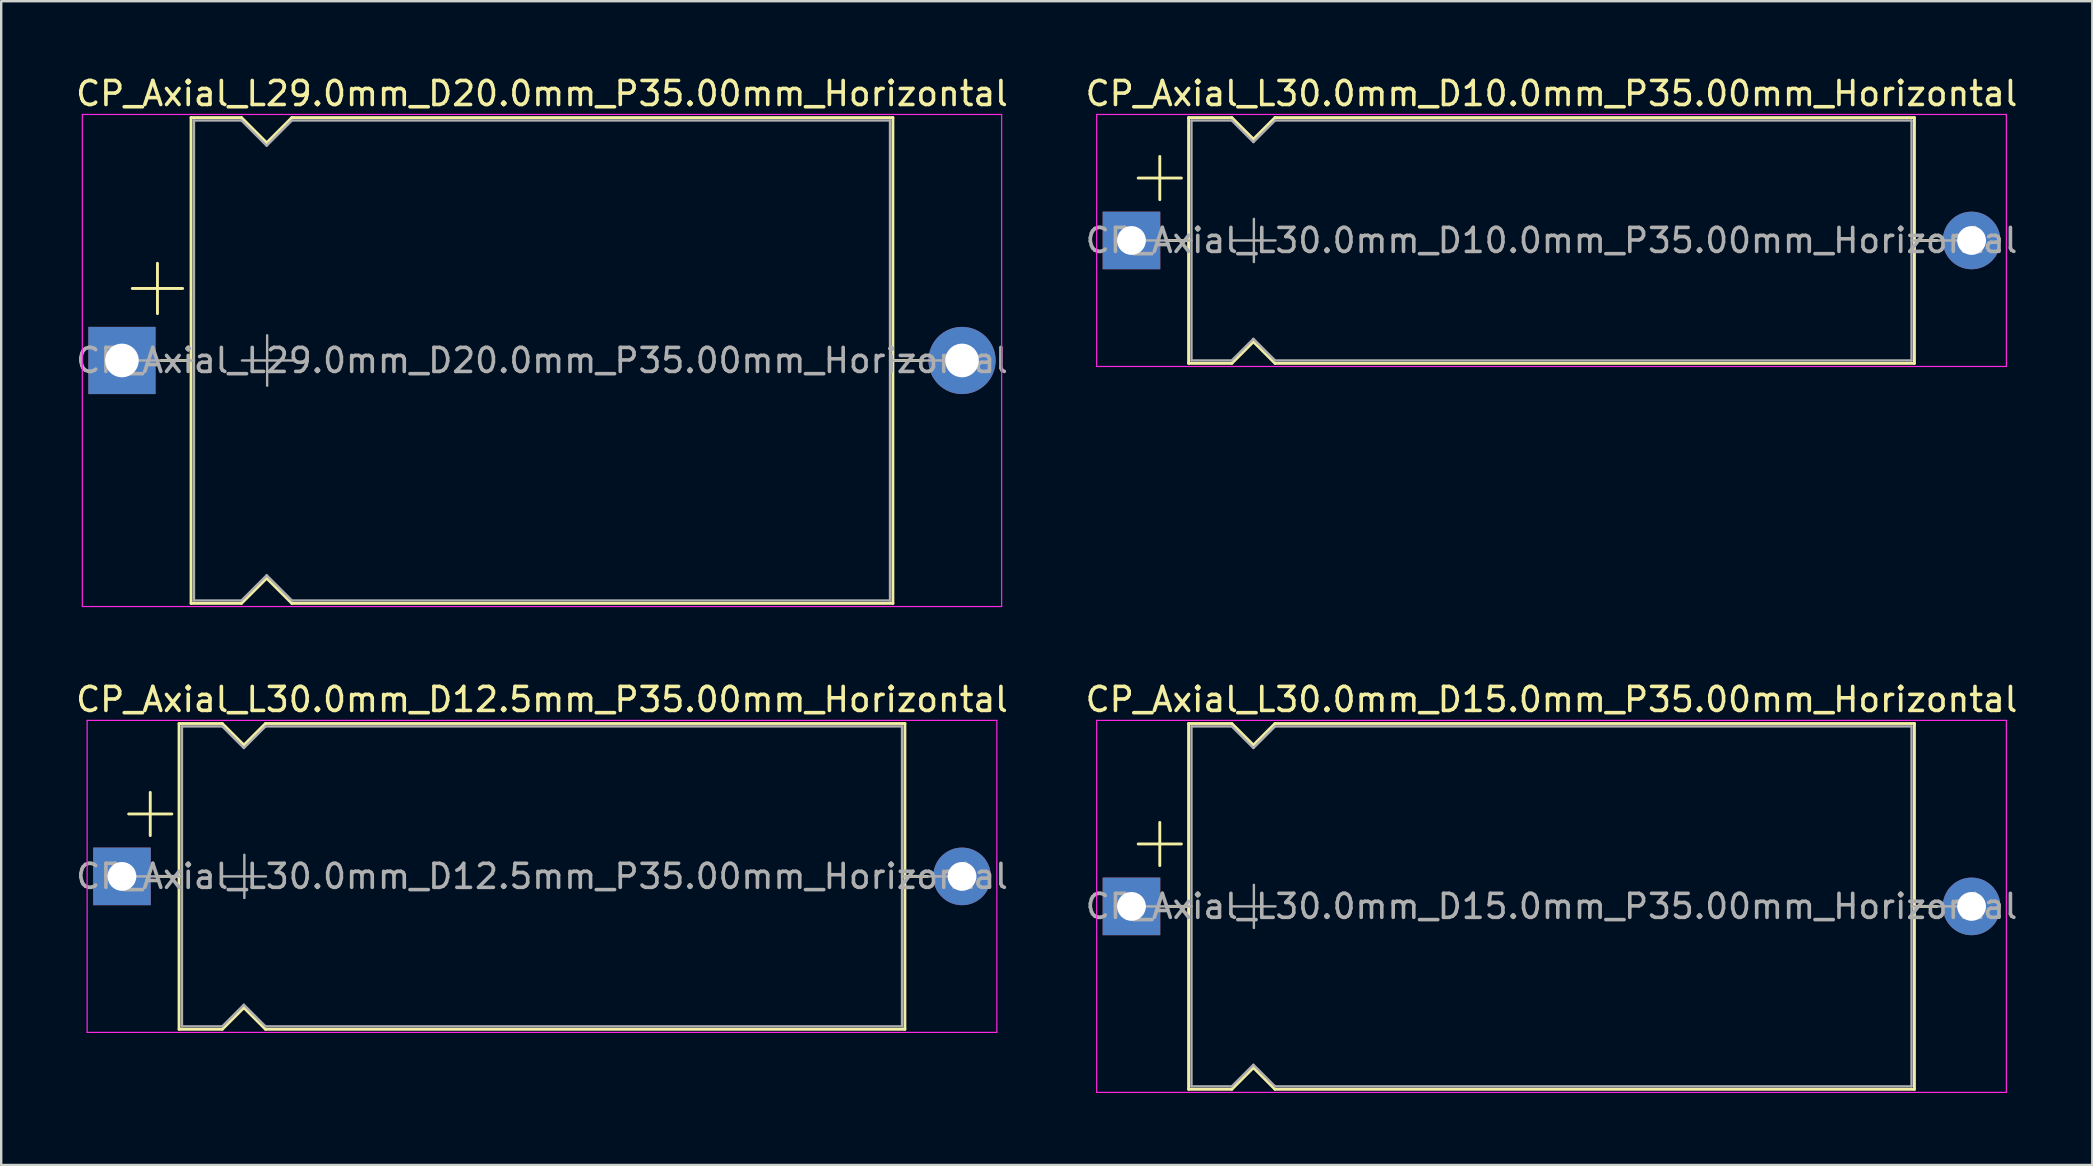
<source format=kicad_pcb>
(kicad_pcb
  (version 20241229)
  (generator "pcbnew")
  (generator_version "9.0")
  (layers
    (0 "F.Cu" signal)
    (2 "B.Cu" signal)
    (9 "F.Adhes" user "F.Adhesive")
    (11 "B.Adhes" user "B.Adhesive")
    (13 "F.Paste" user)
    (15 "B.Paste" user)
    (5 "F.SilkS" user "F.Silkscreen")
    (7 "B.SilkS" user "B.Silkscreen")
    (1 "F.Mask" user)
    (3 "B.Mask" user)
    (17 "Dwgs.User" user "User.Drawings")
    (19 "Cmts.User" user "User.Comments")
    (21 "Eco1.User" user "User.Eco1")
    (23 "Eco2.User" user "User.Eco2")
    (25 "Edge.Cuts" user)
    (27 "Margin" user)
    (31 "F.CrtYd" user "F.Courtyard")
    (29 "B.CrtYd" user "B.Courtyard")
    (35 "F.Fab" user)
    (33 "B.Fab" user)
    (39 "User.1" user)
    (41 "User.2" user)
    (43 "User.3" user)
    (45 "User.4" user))
  (footprint "CP_Axial_L30.0mm_D15.0mm_P35.00mm_Horizontal"
    (layer "F.Cu")
    (at 44.089 34.712)
    (property "Reference" "CP_Axial_L30.0mm_D15.0mm_P35.00mm_Horizontal" (at 17.5 -8.62 0) (layer "F.SilkS") (effects (font (size 1 1) (thickness 0.15))))
    (attr through_hole)
    (fp_line (start 0.28 -2.6) (end 2.08 -2.6) (stroke (width 0.12) (type solid)) (layer "F.SilkS"))
    (fp_line (start 1.18 -3.5) (end 1.18 -1.7) (stroke (width 0.12) (type solid)) (layer "F.SilkS"))
    (fp_line (start 1.44 0) (end 2.38 0) (stroke (width 0.12) (type solid)) (layer "F.SilkS"))
    (fp_line (start 2.38 -7.62) (end 2.38 7.62) (stroke (width 0.12) (type solid)) (layer "F.SilkS"))
    (fp_line (start 2.38 -7.62) (end 4.18 -7.62) (stroke (width 0.12) (type solid)) (layer "F.SilkS"))
    (fp_line (start 2.38 7.62) (end 4.18 7.62) (stroke (width 0.12) (type solid)) (layer "F.SilkS"))
    (fp_line (start 4.18 -7.62) (end 5.08 -6.72) (stroke (width 0.12) (type solid)) (layer "F.SilkS"))
    (fp_line (start 4.18 7.62) (end 5.08 6.72) (stroke (width 0.12) (type solid)) (layer "F.SilkS"))
    (fp_line (start 5.08 -6.72) (end 5.98 -7.62) (stroke (width 0.12) (type solid)) (layer "F.SilkS"))
    (fp_line (start 5.08 6.72) (end 5.98 7.62) (stroke (width 0.12) (type solid)) (layer "F.SilkS"))
    (fp_line (start 5.98 -7.62) (end 32.62 -7.62) (stroke (width 0.12) (type solid)) (layer "F.SilkS"))
    (fp_line (start 5.98 7.62) (end 32.62 7.62) (stroke (width 0.12) (type solid)) (layer "F.SilkS"))
    (fp_line (start 32.62 -7.62) (end 32.62 7.62) (stroke (width 0.12) (type solid)) (layer "F.SilkS"))
    (fp_line (start 33.56 0) (end 32.62 0) (stroke (width 0.12) (type solid)) (layer "F.SilkS"))
    (fp_line (start -1.45 -7.75) (end -1.45 7.75) (stroke (width 0.05) (type solid)) (layer "F.CrtYd"))
    (fp_line (start -1.45 7.75) (end 36.45 7.75) (stroke (width 0.05) (type solid)) (layer "F.CrtYd"))
    (fp_line (start 36.45 -7.75) (end -1.45 -7.75) (stroke (width 0.05) (type solid)) (layer "F.CrtYd"))
    (fp_line (start 36.45 7.75) (end 36.45 -7.75) (stroke (width 0.05) (type solid)) (layer "F.CrtYd"))
    (fp_line (start 0 0) (end 2.5 0) (stroke (width 0.1) (type solid)) (layer "F.Fab"))
    (fp_line (start 2.5 -7.5) (end 2.5 7.5) (stroke (width 0.1) (type solid)) (layer "F.Fab"))
    (fp_line (start 2.5 -7.5) (end 4.18 -7.5) (stroke (width 0.1) (type solid)) (layer "F.Fab"))
    (fp_line (start 2.5 7.5) (end 4.18 7.5) (stroke (width 0.1) (type solid)) (layer "F.Fab"))
    (fp_line (start 4.18 -7.5) (end 5.08 -6.6) (stroke (width 0.1) (type solid)) (layer "F.Fab"))
    (fp_line (start 4.18 7.5) (end 5.08 6.6) (stroke (width 0.1) (type solid)) (layer "F.Fab"))
    (fp_line (start 4.2 0) (end 6 0) (stroke (width 0.1) (type solid)) (layer "F.Fab"))
    (fp_line (start 5.08 -6.6) (end 5.98 -7.5) (stroke (width 0.1) (type solid)) (layer "F.Fab"))
    (fp_line (start 5.08 6.6) (end 5.98 7.5) (stroke (width 0.1) (type solid)) (layer "F.Fab"))
    (fp_line (start 5.1 -0.9) (end 5.1 0.9) (stroke (width 0.1) (type solid)) (layer "F.Fab"))
    (fp_line (start 5.98 -7.5) (end 32.5 -7.5) (stroke (width 0.1) (type solid)) (layer "F.Fab"))
    (fp_line (start 5.98 7.5) (end 32.5 7.5) (stroke (width 0.1) (type solid)) (layer "F.Fab"))
    (fp_line (start 32.5 -7.5) (end 32.5 7.5) (stroke (width 0.1) (type solid)) (layer "F.Fab"))
    (fp_line (start 35 0) (end 32.5 0) (stroke (width 0.1) (type solid)) (layer "F.Fab"))
    (fp_text user "${REFERENCE}" (at 17.5 0 0) (layer "F.Fab") (effects (font (size 1 1) (thickness 0.15))))
    (pad "1" thru_hole rect (at 0 0) (size 2.4 2.4) (drill 1.2) (layers "*.Cu" "*.Mask"))
    (pad "2" thru_hole oval (at 35 0) (size 2.4 2.4) (drill 1.2) (layers "*.Cu" "*.Mask")))
  (footprint "CP_Axial_L30.0mm_D12.5mm_P35.00mm_Horizontal"
    (layer "F.Cu")
    (at 2.03 33.462)
    (property "Reference" "CP_Axial_L30.0mm_D12.5mm_P35.00mm_Horizontal" (at 17.5 -7.37 0) (layer "F.SilkS") (effects (font (size 1 1) (thickness 0.15))))
    (attr through_hole)
    (fp_line (start 0.28 -2.6) (end 2.08 -2.6) (stroke (width 0.12) (type solid)) (layer "F.SilkS"))
    (fp_line (start 1.18 -3.5) (end 1.18 -1.7) (stroke (width 0.12) (type solid)) (layer "F.SilkS"))
    (fp_line (start 1.44 0) (end 2.38 0) (stroke (width 0.12) (type solid)) (layer "F.SilkS"))
    (fp_line (start 2.38 -6.37) (end 2.38 6.37) (stroke (width 0.12) (type solid)) (layer "F.SilkS"))
    (fp_line (start 2.38 -6.37) (end 4.18 -6.37) (stroke (width 0.12) (type solid)) (layer "F.SilkS"))
    (fp_line (start 2.38 6.37) (end 4.18 6.37) (stroke (width 0.12) (type solid)) (layer "F.SilkS"))
    (fp_line (start 4.18 -6.37) (end 5.08 -5.47) (stroke (width 0.12) (type solid)) (layer "F.SilkS"))
    (fp_line (start 4.18 6.37) (end 5.08 5.47) (stroke (width 0.12) (type solid)) (layer "F.SilkS"))
    (fp_line (start 5.08 -5.47) (end 5.98 -6.37) (stroke (width 0.12) (type solid)) (layer "F.SilkS"))
    (fp_line (start 5.08 5.47) (end 5.98 6.37) (stroke (width 0.12) (type solid)) (layer "F.SilkS"))
    (fp_line (start 5.98 -6.37) (end 32.62 -6.37) (stroke (width 0.12) (type solid)) (layer "F.SilkS"))
    (fp_line (start 5.98 6.37) (end 32.62 6.37) (stroke (width 0.12) (type solid)) (layer "F.SilkS"))
    (fp_line (start 32.62 -6.37) (end 32.62 6.37) (stroke (width 0.12) (type solid)) (layer "F.SilkS"))
    (fp_line (start 33.56 0) (end 32.62 0) (stroke (width 0.12) (type solid)) (layer "F.SilkS"))
    (fp_line (start -1.45 -6.5) (end -1.45 6.5) (stroke (width 0.05) (type solid)) (layer "F.CrtYd"))
    (fp_line (start -1.45 6.5) (end 36.45 6.5) (stroke (width 0.05) (type solid)) (layer "F.CrtYd"))
    (fp_line (start 36.45 -6.5) (end -1.45 -6.5) (stroke (width 0.05) (type solid)) (layer "F.CrtYd"))
    (fp_line (start 36.45 6.5) (end 36.45 -6.5) (stroke (width 0.05) (type solid)) (layer "F.CrtYd"))
    (fp_line (start 0 0) (end 2.5 0) (stroke (width 0.1) (type solid)) (layer "F.Fab"))
    (fp_line (start 2.5 -6.25) (end 2.5 6.25) (stroke (width 0.1) (type solid)) (layer "F.Fab"))
    (fp_line (start 2.5 -6.25) (end 4.18 -6.25) (stroke (width 0.1) (type solid)) (layer "F.Fab"))
    (fp_line (start 2.5 6.25) (end 4.18 6.25) (stroke (width 0.1) (type solid)) (layer "F.Fab"))
    (fp_line (start 4.18 -6.25) (end 5.08 -5.35) (stroke (width 0.1) (type solid)) (layer "F.Fab"))
    (fp_line (start 4.18 6.25) (end 5.08 5.35) (stroke (width 0.1) (type solid)) (layer "F.Fab"))
    (fp_line (start 4.2 0) (end 6 0) (stroke (width 0.1) (type solid)) (layer "F.Fab"))
    (fp_line (start 5.08 -5.35) (end 5.98 -6.25) (stroke (width 0.1) (type solid)) (layer "F.Fab"))
    (fp_line (start 5.08 5.35) (end 5.98 6.25) (stroke (width 0.1) (type solid)) (layer "F.Fab"))
    (fp_line (start 5.1 -0.9) (end 5.1 0.9) (stroke (width 0.1) (type solid)) (layer "F.Fab"))
    (fp_line (start 5.98 -6.25) (end 32.5 -6.25) (stroke (width 0.1) (type solid)) (layer "F.Fab"))
    (fp_line (start 5.98 6.25) (end 32.5 6.25) (stroke (width 0.1) (type solid)) (layer "F.Fab"))
    (fp_line (start 32.5 -6.25) (end 32.5 6.25) (stroke (width 0.1) (type solid)) (layer "F.Fab"))
    (fp_line (start 35 0) (end 32.5 0) (stroke (width 0.1) (type solid)) (layer "F.Fab"))
    (fp_text user "${REFERENCE}" (at 17.5 0 0) (layer "F.Fab") (effects (font (size 1 1) (thickness 0.15))))
    (pad "1" thru_hole rect (at 0 0) (size 2.4 2.4) (drill 1.2) (layers "*.Cu" "*.Mask"))
    (pad "2" thru_hole oval (at 35 0) (size 2.4 2.4) (drill 1.2) (layers "*.Cu" "*.Mask")))
  (footprint "CP_Axial_L30.0mm_D10.0mm_P35.00mm_Horizontal"
    (layer "F.Cu")
    (at 44.089 6.968)
    (property "Reference" "CP_Axial_L30.0mm_D10.0mm_P35.00mm_Horizontal" (at 17.5 -6.12 0) (layer "F.SilkS") (effects (font (size 1 1) (thickness 0.15))))
    (attr through_hole)
    (fp_line (start 0.28 -2.6) (end 2.08 -2.6) (stroke (width 0.12) (type solid)) (layer "F.SilkS"))
    (fp_line (start 1.18 -3.5) (end 1.18 -1.7) (stroke (width 0.12) (type solid)) (layer "F.SilkS"))
    (fp_line (start 1.44 0) (end 2.38 0) (stroke (width 0.12) (type solid)) (layer "F.SilkS"))
    (fp_line (start 2.38 -5.12) (end 2.38 5.12) (stroke (width 0.12) (type solid)) (layer "F.SilkS"))
    (fp_line (start 2.38 -5.12) (end 4.18 -5.12) (stroke (width 0.12) (type solid)) (layer "F.SilkS"))
    (fp_line (start 2.38 5.12) (end 4.18 5.12) (stroke (width 0.12) (type solid)) (layer "F.SilkS"))
    (fp_line (start 4.18 -5.12) (end 5.08 -4.22) (stroke (width 0.12) (type solid)) (layer "F.SilkS"))
    (fp_line (start 4.18 5.12) (end 5.08 4.22) (stroke (width 0.12) (type solid)) (layer "F.SilkS"))
    (fp_line (start 5.08 -4.22) (end 5.98 -5.12) (stroke (width 0.12) (type solid)) (layer "F.SilkS"))
    (fp_line (start 5.08 4.22) (end 5.98 5.12) (stroke (width 0.12) (type solid)) (layer "F.SilkS"))
    (fp_line (start 5.98 -5.12) (end 32.62 -5.12) (stroke (width 0.12) (type solid)) (layer "F.SilkS"))
    (fp_line (start 5.98 5.12) (end 32.62 5.12) (stroke (width 0.12) (type solid)) (layer "F.SilkS"))
    (fp_line (start 32.62 -5.12) (end 32.62 5.12) (stroke (width 0.12) (type solid)) (layer "F.SilkS"))
    (fp_line (start 33.56 0) (end 32.62 0) (stroke (width 0.12) (type solid)) (layer "F.SilkS"))
    (fp_line (start -1.45 -5.25) (end -1.45 5.25) (stroke (width 0.05) (type solid)) (layer "F.CrtYd"))
    (fp_line (start -1.45 5.25) (end 36.45 5.25) (stroke (width 0.05) (type solid)) (layer "F.CrtYd"))
    (fp_line (start 36.45 -5.25) (end -1.45 -5.25) (stroke (width 0.05) (type solid)) (layer "F.CrtYd"))
    (fp_line (start 36.45 5.25) (end 36.45 -5.25) (stroke (width 0.05) (type solid)) (layer "F.CrtYd"))
    (fp_line (start 0 0) (end 2.5 0) (stroke (width 0.1) (type solid)) (layer "F.Fab"))
    (fp_line (start 2.5 -5) (end 2.5 5) (stroke (width 0.1) (type solid)) (layer "F.Fab"))
    (fp_line (start 2.5 -5) (end 4.18 -5) (stroke (width 0.1) (type solid)) (layer "F.Fab"))
    (fp_line (start 2.5 5) (end 4.18 5) (stroke (width 0.1) (type solid)) (layer "F.Fab"))
    (fp_line (start 4.18 -5) (end 5.08 -4.1) (stroke (width 0.1) (type solid)) (layer "F.Fab"))
    (fp_line (start 4.18 5) (end 5.08 4.1) (stroke (width 0.1) (type solid)) (layer "F.Fab"))
    (fp_line (start 4.2 0) (end 6 0) (stroke (width 0.1) (type solid)) (layer "F.Fab"))
    (fp_line (start 5.08 -4.1) (end 5.98 -5) (stroke (width 0.1) (type solid)) (layer "F.Fab"))
    (fp_line (start 5.08 4.1) (end 5.98 5) (stroke (width 0.1) (type solid)) (layer "F.Fab"))
    (fp_line (start 5.1 -0.9) (end 5.1 0.9) (stroke (width 0.1) (type solid)) (layer "F.Fab"))
    (fp_line (start 5.98 -5) (end 32.5 -5) (stroke (width 0.1) (type solid)) (layer "F.Fab"))
    (fp_line (start 5.98 5) (end 32.5 5) (stroke (width 0.1) (type solid)) (layer "F.Fab"))
    (fp_line (start 32.5 -5) (end 32.5 5) (stroke (width 0.1) (type solid)) (layer "F.Fab"))
    (fp_line (start 35 0) (end 32.5 0) (stroke (width 0.1) (type solid)) (layer "F.Fab"))
    (fp_text user "${REFERENCE}" (at 17.5 0 0) (layer "F.Fab") (effects (font (size 1 1) (thickness 0.15))))
    (pad "1" thru_hole rect (at 0 0) (size 2.4 2.4) (drill 1.2) (layers "*.Cu" "*.Mask"))
    (pad "2" thru_hole oval (at 35 0) (size 2.4 2.4) (drill 1.2) (layers "*.Cu" "*.Mask")))
  (footprint "CP_Axial_L29.0mm_D20.0mm_P35.00mm_Horizontal"
    (layer "F.Cu")
    (at 2.03 11.968)
    (property "Reference" "CP_Axial_L29.0mm_D20.0mm_P35.00mm_Horizontal" (at 17.5 -11.12 0) (layer "F.SilkS") (effects (font (size 1 1) (thickness 0.15))))
    (attr through_hole)
    (fp_line (start 0.43 -3) (end 2.53 -3) (stroke (width 0.12) (type solid)) (layer "F.SilkS"))
    (fp_line (start 1.48 -4.05) (end 1.48 -1.95) (stroke (width 0.12) (type solid)) (layer "F.SilkS"))
    (fp_line (start 1.64 0) (end 2.88 0) (stroke (width 0.12) (type solid)) (layer "F.SilkS"))
    (fp_line (start 2.88 -10.12) (end 2.88 10.12) (stroke (width 0.12) (type solid)) (layer "F.SilkS"))
    (fp_line (start 2.88 -10.12) (end 4.98 -10.12) (stroke (width 0.12) (type solid)) (layer "F.SilkS"))
    (fp_line (start 2.88 10.12) (end 4.98 10.12) (stroke (width 0.12) (type solid)) (layer "F.SilkS"))
    (fp_line (start 4.98 -10.12) (end 6.03 -9.07) (stroke (width 0.12) (type solid)) (layer "F.SilkS"))
    (fp_line (start 4.98 10.12) (end 6.03 9.07) (stroke (width 0.12) (type solid)) (layer "F.SilkS"))
    (fp_line (start 6.03 -9.07) (end 7.08 -10.12) (stroke (width 0.12) (type solid)) (layer "F.SilkS"))
    (fp_line (start 6.03 9.07) (end 7.08 10.12) (stroke (width 0.12) (type solid)) (layer "F.SilkS"))
    (fp_line (start 7.08 -10.12) (end 32.12 -10.12) (stroke (width 0.12) (type solid)) (layer "F.SilkS"))
    (fp_line (start 7.08 10.12) (end 32.12 10.12) (stroke (width 0.12) (type solid)) (layer "F.SilkS"))
    (fp_line (start 32.12 -10.12) (end 32.12 10.12) (stroke (width 0.12) (type solid)) (layer "F.SilkS"))
    (fp_line (start 33.36 0) (end 32.12 0) (stroke (width 0.12) (type solid)) (layer "F.SilkS"))
    (fp_line (start -1.65 -10.25) (end -1.65 10.25) (stroke (width 0.05) (type solid)) (layer "F.CrtYd"))
    (fp_line (start -1.65 10.25) (end 36.65 10.25) (stroke (width 0.05) (type solid)) (layer "F.CrtYd"))
    (fp_line (start 36.65 -10.25) (end -1.65 -10.25) (stroke (width 0.05) (type solid)) (layer "F.CrtYd"))
    (fp_line (start 36.65 10.25) (end 36.65 -10.25) (stroke (width 0.05) (type solid)) (layer "F.CrtYd"))
    (fp_line (start 0 0) (end 3 0) (stroke (width 0.1) (type solid)) (layer "F.Fab"))
    (fp_line (start 3 -10) (end 3 10) (stroke (width 0.1) (type solid)) (layer "F.Fab"))
    (fp_line (start 3 -10) (end 4.98 -10) (stroke (width 0.1) (type solid)) (layer "F.Fab"))
    (fp_line (start 3 10) (end 4.98 10) (stroke (width 0.1) (type solid)) (layer "F.Fab"))
    (fp_line (start 4.98 -10) (end 6.03 -8.95) (stroke (width 0.1) (type solid)) (layer "F.Fab"))
    (fp_line (start 4.98 10) (end 6.03 8.95) (stroke (width 0.1) (type solid)) (layer "F.Fab"))
    (fp_line (start 5 0) (end 7.1 0) (stroke (width 0.1) (type solid)) (layer "F.Fab"))
    (fp_line (start 6.03 -8.95) (end 7.08 -10) (stroke (width 0.1) (type solid)) (layer "F.Fab"))
    (fp_line (start 6.03 8.95) (end 7.08 10) (stroke (width 0.1) (type solid)) (layer "F.Fab"))
    (fp_line (start 6.05 -1.05) (end 6.05 1.05) (stroke (width 0.1) (type solid)) (layer "F.Fab"))
    (fp_line (start 7.08 -10) (end 32 -10) (stroke (width 0.1) (type solid)) (layer "F.Fab"))
    (fp_line (start 7.08 10) (end 32 10) (stroke (width 0.1) (type solid)) (layer "F.Fab"))
    (fp_line (start 32 -10) (end 32 10) (stroke (width 0.1) (type solid)) (layer "F.Fab"))
    (fp_line (start 35 0) (end 32 0) (stroke (width 0.1) (type solid)) (layer "F.Fab"))
    (fp_text user "${REFERENCE}" (at 17.5 0 0) (layer "F.Fab") (effects (font (size 1 1) (thickness 0.15))))
    (pad "1" thru_hole rect (at 0 0) (size 2.8 2.8) (drill 1.4) (layers "*.Cu" "*.Mask"))
    (pad "2" thru_hole oval (at 35 0) (size 2.8 2.8) (drill 1.4) (layers "*.Cu" "*.Mask")))
  (gr_rect
    (start -3 -3)
    (end 84.119 45.486)
    (stroke (width 0.1) (type default))
    (fill no)
    (layer "Edge.Cuts")))
</source>
